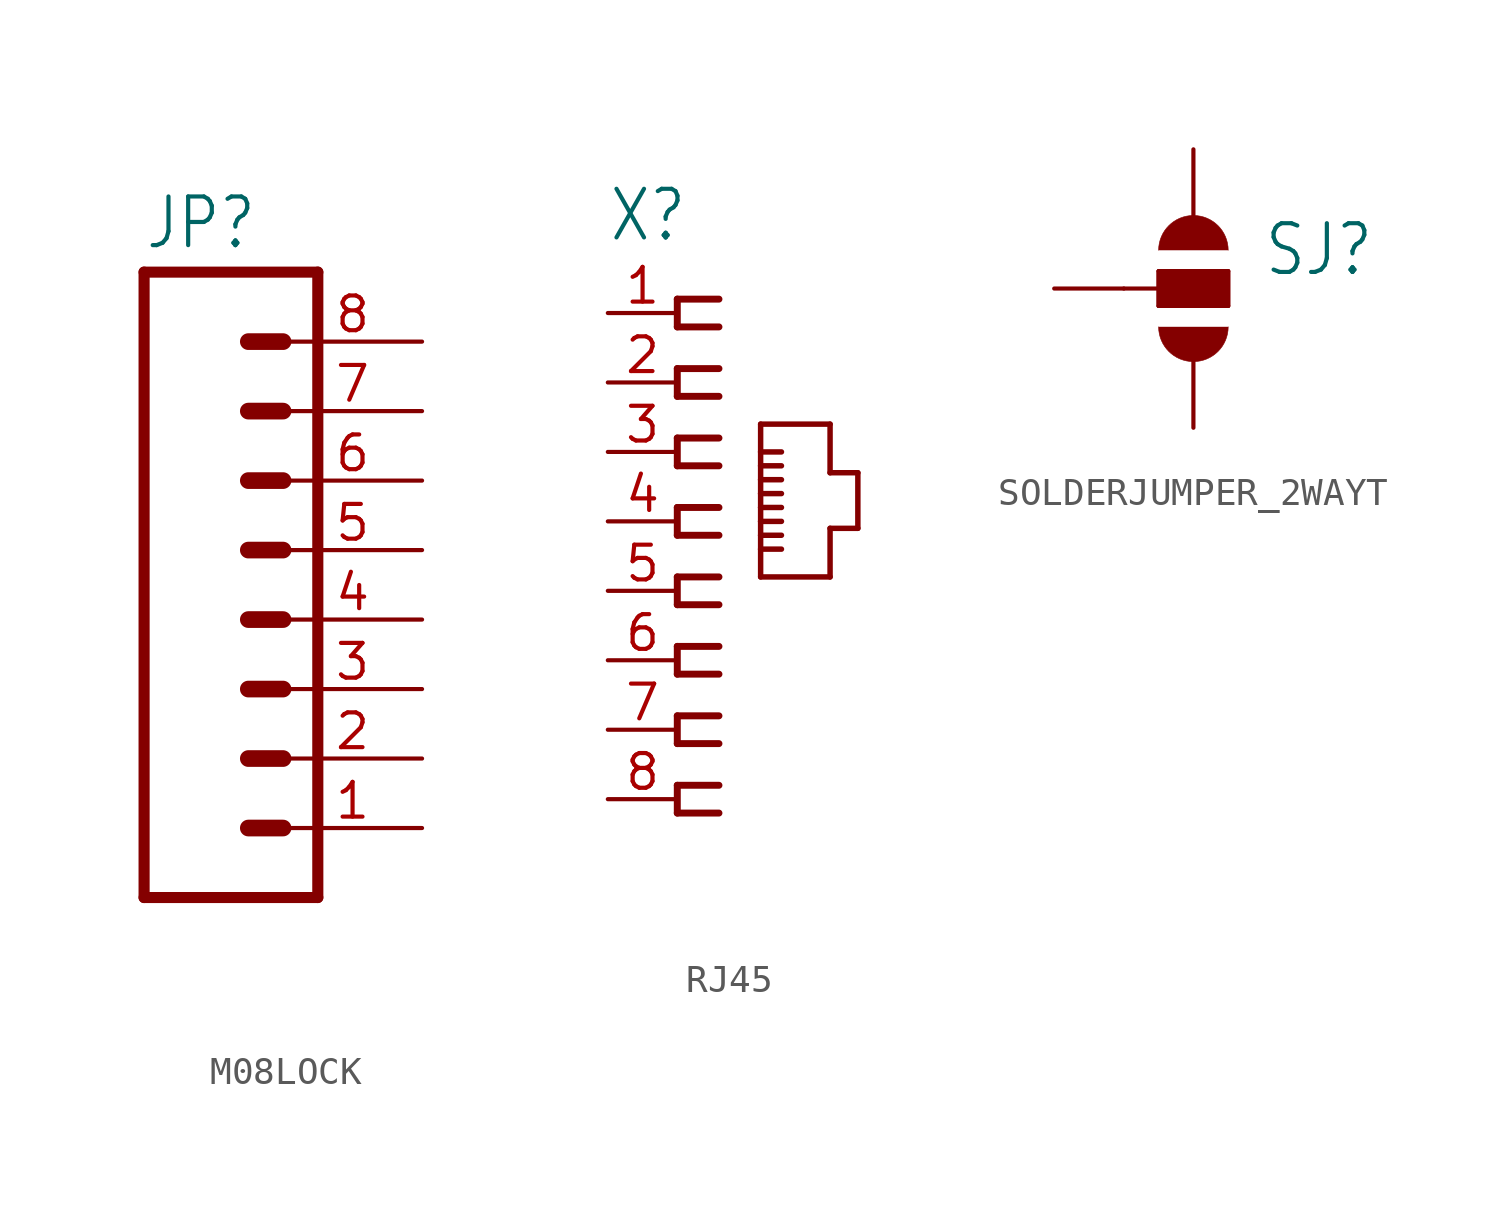
<source format=kicad_sym>
(kicad_symbol_lib
  (version 20231120)
  (generator "kicad_symbol_editor")
  (generator_version "8.0")
  (symbol "M08LOCK"
    (property "Reference" "JP"
      (at -5.08 13.462 0)
      (effects (font (size 1.778 1.511)) (justify left bottom)))
    (property "Value" ""
      (at -5.08 -12.7 0)
      (effects (font (size 1.778 1.511)) (justify left bottom)))
    (property "ki_locked" ""
      (at 0 0 0)
      (effects (font (size 1.27 1.27))))
    (symbol "M08LOCK_1_0"
      (polyline (pts (xy -5.08 12.7) (xy -5.08 -10.16)) (stroke (width 0.406) (type solid)) (fill (type none)))
      (polyline (pts (xy -5.08 12.7) (xy 1.27 12.7)) (stroke (width 0.406) (type solid)) (fill (type none)))
      (polyline (pts (xy -1.27 -7.62) (xy 0 -7.62)) (stroke (width 0.61) (type solid)) (fill (type none)))
      (polyline (pts (xy -1.27 -5.08) (xy 0 -5.08)) (stroke (width 0.61) (type solid)) (fill (type none)))
      (polyline (pts (xy -1.27 -2.54) (xy 0 -2.54)) (stroke (width 0.61) (type solid)) (fill (type none)))
      (polyline (pts (xy -1.27 0) (xy 0 0)) (stroke (width 0.61) (type solid)) (fill (type none)))
      (polyline (pts (xy -1.27 2.54) (xy 0 2.54)) (stroke (width 0.61) (type solid)) (fill (type none)))
      (polyline (pts (xy -1.27 5.08) (xy 0 5.08)) (stroke (width 0.61) (type solid)) (fill (type none)))
      (polyline (pts (xy -1.27 7.62) (xy 0 7.62)) (stroke (width 0.61) (type solid)) (fill (type none)))
      (polyline (pts (xy -1.27 10.16) (xy 0 10.16)) (stroke (width 0.61) (type solid)) (fill (type none)))
      (polyline (pts (xy 1.27 -10.16) (xy -5.08 -10.16)) (stroke (width 0.406) (type solid)) (fill (type none)))
      (polyline (pts (xy 1.27 -10.16) (xy 1.27 12.7)) (stroke (width 0.406) (type solid)) (fill (type none)))
      (pin passive line (at 5.08 -7.62 180) (length 5.08) (name "1" (effects (font (size 0 0)))) (number "1" (effects (font (size 1.27 1.27)))))
      (pin passive line (at 5.08 -5.08 180) (length 5.08) (name "2" (effects (font (size 0 0)))) (number "2" (effects (font (size 1.27 1.27)))))
      (pin passive line (at 5.08 -2.54 180) (length 5.08) (name "3" (effects (font (size 0 0)))) (number "3" (effects (font (size 1.27 1.27)))))
      (pin passive line (at 5.08 0 180) (length 5.08) (name "4" (effects (font (size 0 0)))) (number "4" (effects (font (size 1.27 1.27)))))
      (pin passive line (at 5.08 2.54 180) (length 5.08) (name "5" (effects (font (size 0 0)))) (number "5" (effects (font (size 1.27 1.27)))))
      (pin passive line (at 5.08 5.08 180) (length 5.08) (name "6" (effects (font (size 0 0)))) (number "6" (effects (font (size 1.27 1.27)))))
      (pin passive line (at 5.08 7.62 180) (length 5.08) (name "7" (effects (font (size 0 0)))) (number "7" (effects (font (size 1.27 1.27)))))
      (pin passive line (at 5.08 10.16 180) (length 5.08) (name "8" (effects (font (size 0 0)))) (number "8" (effects (font (size 1.27 1.27)))))))
  (symbol "RJ45"
    (property "Reference" "X"
      (at -2.54 10.16 0)
      (effects (font (size 1.778 1.511)) (justify left bottom)))
    (property "Value" ""
      (at -2.54 -13.208 0)
      (effects (font (size 1.778 1.511)) (justify left bottom)))
    (property "ki_locked" ""
      (at 0 0 0)
      (effects (font (size 1.27 1.27))))
    (symbol "RJ45_1_0"
      (polyline (pts (xy 0 -10.668) (xy 1.524 -10.668)) (stroke (width 0.254) (type solid)) (fill (type none)))
      (polyline (pts (xy 0 -9.652) (xy 0 -10.668)) (stroke (width 0.254) (type solid)) (fill (type none)))
      (polyline (pts (xy 0 -8.128) (xy 1.524 -8.128)) (stroke (width 0.254) (type solid)) (fill (type none)))
      (polyline (pts (xy 0 -7.112) (xy 0 -8.128)) (stroke (width 0.254) (type solid)) (fill (type none)))
      (polyline (pts (xy 0 -5.588) (xy 1.524 -5.588)) (stroke (width 0.254) (type solid)) (fill (type none)))
      (polyline (pts (xy 0 -4.572) (xy 0 -5.588)) (stroke (width 0.254) (type solid)) (fill (type none)))
      (polyline (pts (xy 0 -3.048) (xy 1.524 -3.048)) (stroke (width 0.254) (type solid)) (fill (type none)))
      (polyline (pts (xy 0 -2.032) (xy 0 -3.048)) (stroke (width 0.254) (type solid)) (fill (type none)))
      (polyline (pts (xy 0 -0.508) (xy 1.524 -0.508)) (stroke (width 0.254) (type solid)) (fill (type none)))
      (polyline (pts (xy 0 0.508) (xy 0 -0.508)) (stroke (width 0.254) (type solid)) (fill (type none)))
      (polyline (pts (xy 0 2.032) (xy 1.524 2.032)) (stroke (width 0.254) (type solid)) (fill (type none)))
      (polyline (pts (xy 0 3.048) (xy 0 2.032)) (stroke (width 0.254) (type solid)) (fill (type none)))
      (polyline (pts (xy 0 4.572) (xy 1.524 4.572)) (stroke (width 0.254) (type solid)) (fill (type none)))
      (polyline (pts (xy 0 5.588) (xy 0 4.572)) (stroke (width 0.254) (type solid)) (fill (type none)))
      (polyline (pts (xy 0 7.112) (xy 1.524 7.112)) (stroke (width 0.254) (type solid)) (fill (type none)))
      (polyline (pts (xy 0 8.128) (xy 0 7.112)) (stroke (width 0.254) (type solid)) (fill (type none)))
      (polyline (pts (xy 1.524 -9.652) (xy 0 -9.652)) (stroke (width 0.254) (type solid)) (fill (type none)))
      (polyline (pts (xy 1.524 -7.112) (xy 0 -7.112)) (stroke (width 0.254) (type solid)) (fill (type none)))
      (polyline (pts (xy 1.524 -4.572) (xy 0 -4.572)) (stroke (width 0.254) (type solid)) (fill (type none)))
      (polyline (pts (xy 1.524 -2.032) (xy 0 -2.032)) (stroke (width 0.254) (type solid)) (fill (type none)))
      (polyline (pts (xy 1.524 0.508) (xy 0 0.508)) (stroke (width 0.254) (type solid)) (fill (type none)))
      (polyline (pts (xy 1.524 3.048) (xy 0 3.048)) (stroke (width 0.254) (type solid)) (fill (type none)))
      (polyline (pts (xy 1.524 5.588) (xy 0 5.588)) (stroke (width 0.254) (type solid)) (fill (type none)))
      (polyline (pts (xy 1.524 8.128) (xy 0 8.128)) (stroke (width 0.254) (type solid)) (fill (type none)))
      (polyline (pts (xy 3.048 -2.032) (xy 5.588 -2.032)) (stroke (width 0.2) (type solid)) (fill (type none)))
      (polyline (pts (xy 3.048 -1.016) (xy 3.048 -2.032)) (stroke (width 0.2) (type solid)) (fill (type none)))
      (polyline (pts (xy 3.048 -1.016) (xy 3.81 -1.016)) (stroke (width 0.2) (type solid)) (fill (type none)))
      (polyline (pts (xy 3.048 -0.508) (xy 3.048 -1.016)) (stroke (width 0.2) (type solid)) (fill (type none)))
      (polyline (pts (xy 3.048 -0.508) (xy 3.81 -0.508)) (stroke (width 0.2) (type solid)) (fill (type none)))
      (polyline (pts (xy 3.048 0) (xy 3.048 -0.508)) (stroke (width 0.2) (type solid)) (fill (type none)))
      (polyline (pts (xy 3.048 0) (xy 3.81 0)) (stroke (width 0.2) (type solid)) (fill (type none)))
      (polyline (pts (xy 3.048 0.508) (xy 3.048 0)) (stroke (width 0.2) (type solid)) (fill (type none)))
      (polyline (pts (xy 3.048 0.508) (xy 3.81 0.508)) (stroke (width 0.2) (type solid)) (fill (type none)))
      (polyline (pts (xy 3.048 1.016) (xy 3.048 0.508)) (stroke (width 0.2) (type solid)) (fill (type none)))
      (polyline (pts (xy 3.048 1.016) (xy 3.81 1.016)) (stroke (width 0.2) (type solid)) (fill (type none)))
      (polyline (pts (xy 3.048 1.524) (xy 3.048 1.016)) (stroke (width 0.2) (type solid)) (fill (type none)))
      (polyline (pts (xy 3.048 1.524) (xy 3.81 1.524)) (stroke (width 0.2) (type solid)) (fill (type none)))
      (polyline (pts (xy 3.048 2.032) (xy 3.048 1.524)) (stroke (width 0.2) (type solid)) (fill (type none)))
      (polyline (pts (xy 3.048 2.032) (xy 3.81 2.032)) (stroke (width 0.2) (type solid)) (fill (type none)))
      (polyline (pts (xy 3.048 2.54) (xy 3.048 2.032)) (stroke (width 0.2) (type solid)) (fill (type none)))
      (polyline (pts (xy 3.048 2.54) (xy 3.81 2.54)) (stroke (width 0.2) (type solid)) (fill (type none)))
      (polyline (pts (xy 3.048 3.556) (xy 3.048 2.54)) (stroke (width 0.2) (type solid)) (fill (type none)))
      (polyline (pts (xy 5.588 -2.032) (xy 5.588 -0.254)) (stroke (width 0.2) (type solid)) (fill (type none)))
      (polyline (pts (xy 5.588 -0.254) (xy 6.604 -0.254)) (stroke (width 0.2) (type solid)) (fill (type none)))
      (polyline (pts (xy 5.588 1.778) (xy 5.588 3.556)) (stroke (width 0.2) (type solid)) (fill (type none)))
      (polyline (pts (xy 5.588 3.556) (xy 3.048 3.556)) (stroke (width 0.2) (type solid)) (fill (type none)))
      (polyline (pts (xy 6.604 -0.254) (xy 6.604 1.778)) (stroke (width 0.2) (type solid)) (fill (type none)))
      (polyline (pts (xy 6.604 1.778) (xy 5.588 1.778)) (stroke (width 0.2) (type solid)) (fill (type none)))
      (pin passive line (at -2.54 7.62 0) (length 2.54) (name "1" (effects (font (size 0 0)))) (number "1" (effects (font (size 1.27 1.27)))))
      (pin passive line (at -2.54 5.08 0) (length 2.54) (name "2" (effects (font (size 0 0)))) (number "2" (effects (font (size 1.27 1.27)))))
      (pin passive line (at -2.54 2.54 0) (length 2.54) (name "3" (effects (font (size 0 0)))) (number "3" (effects (font (size 1.27 1.27)))))
      (pin passive line (at -2.54 0 0) (length 2.54) (name "4" (effects (font (size 0 0)))) (number "4" (effects (font (size 1.27 1.27)))))
      (pin passive line (at -2.54 -2.54 0) (length 2.54) (name "5" (effects (font (size 0 0)))) (number "5" (effects (font (size 1.27 1.27)))))
      (pin passive line (at -2.54 -5.08 0) (length 2.54) (name "6" (effects (font (size 0 0)))) (number "6" (effects (font (size 1.27 1.27)))))
      (pin passive line (at -2.54 -7.62 0) (length 2.54) (name "7" (effects (font (size 0 0)))) (number "7" (effects (font (size 1.27 1.27)))))
      (pin passive line (at -2.54 -10.16 0) (length 2.54) (name "8" (effects (font (size 0 0)))) (number "8" (effects (font (size 1.27 1.27)))))))
  (symbol "SOLDERJUMPER_2WAYT"
    (property "Reference" "SJ"
      (at 2.54 0.381 0)
      (effects (font (size 1.778 1.511)) (justify left bottom)))
    (property "Value" ""
      (at 2.54 -1.905 0)
      (effects (font (size 1.778 1.511)) (justify left bottom)))
    (property "ki_locked" ""
      (at 0 0 0)
      (effects (font (size 1.27 1.27))))
    (symbol "SOLDERJUMPER_2WAYT_1_0"
      (arc (start -1.27 -1.397) (mid 0 -2.667) (end 1.27 -1.397) (stroke (width 0.0001) (type solid)) (fill (type outline)))
      (rectangle (start -1.27 -0.635) (end 1.27 0.635) (stroke (width 0) (type default)) (fill (type outline)))
      (polyline (pts (xy -2.54 0) (xy -1.27 0)) (stroke (width 0.152) (type solid)) (fill (type none)))
      (polyline (pts (xy -1.27 -0.635) (xy -1.27 0)) (stroke (width 0.152) (type solid)) (fill (type none)))
      (polyline (pts (xy -1.27 0) (xy -1.27 0.635)) (stroke (width 0.152) (type solid)) (fill (type none)))
      (polyline (pts (xy -1.27 0.635) (xy 1.27 0.635)) (stroke (width 0.152) (type solid)) (fill (type none)))
      (polyline (pts (xy 1.27 -0.635) (xy -1.27 -0.635)) (stroke (width 0.152) (type solid)) (fill (type none)))
      (polyline (pts (xy 1.27 0.635) (xy 1.27 -0.635)) (stroke (width 0.152) (type solid)) (fill (type none)))
      (arc (start 1.27 1.397) (mid 0 2.667) (end -1.27 1.397) (stroke (width 0.0001) (type solid)) (fill (type outline)))
      (pin passive line (at 0 5.08 270) (length 2.54) (name "1" (effects (font (size 0 0)))) (number "1" (effects (font (size 0 0)))))
      (pin passive line (at -5.08 0 0) (length 2.54) (name "2" (effects (font (size 0 0)))) (number "2" (effects (font (size 0 0)))))
      (pin passive line (at 0 -5.08 90) (length 2.54) (name "3" (effects (font (size 0 0)))) (number "3" (effects (font (size 0 0))))))))
</source>
